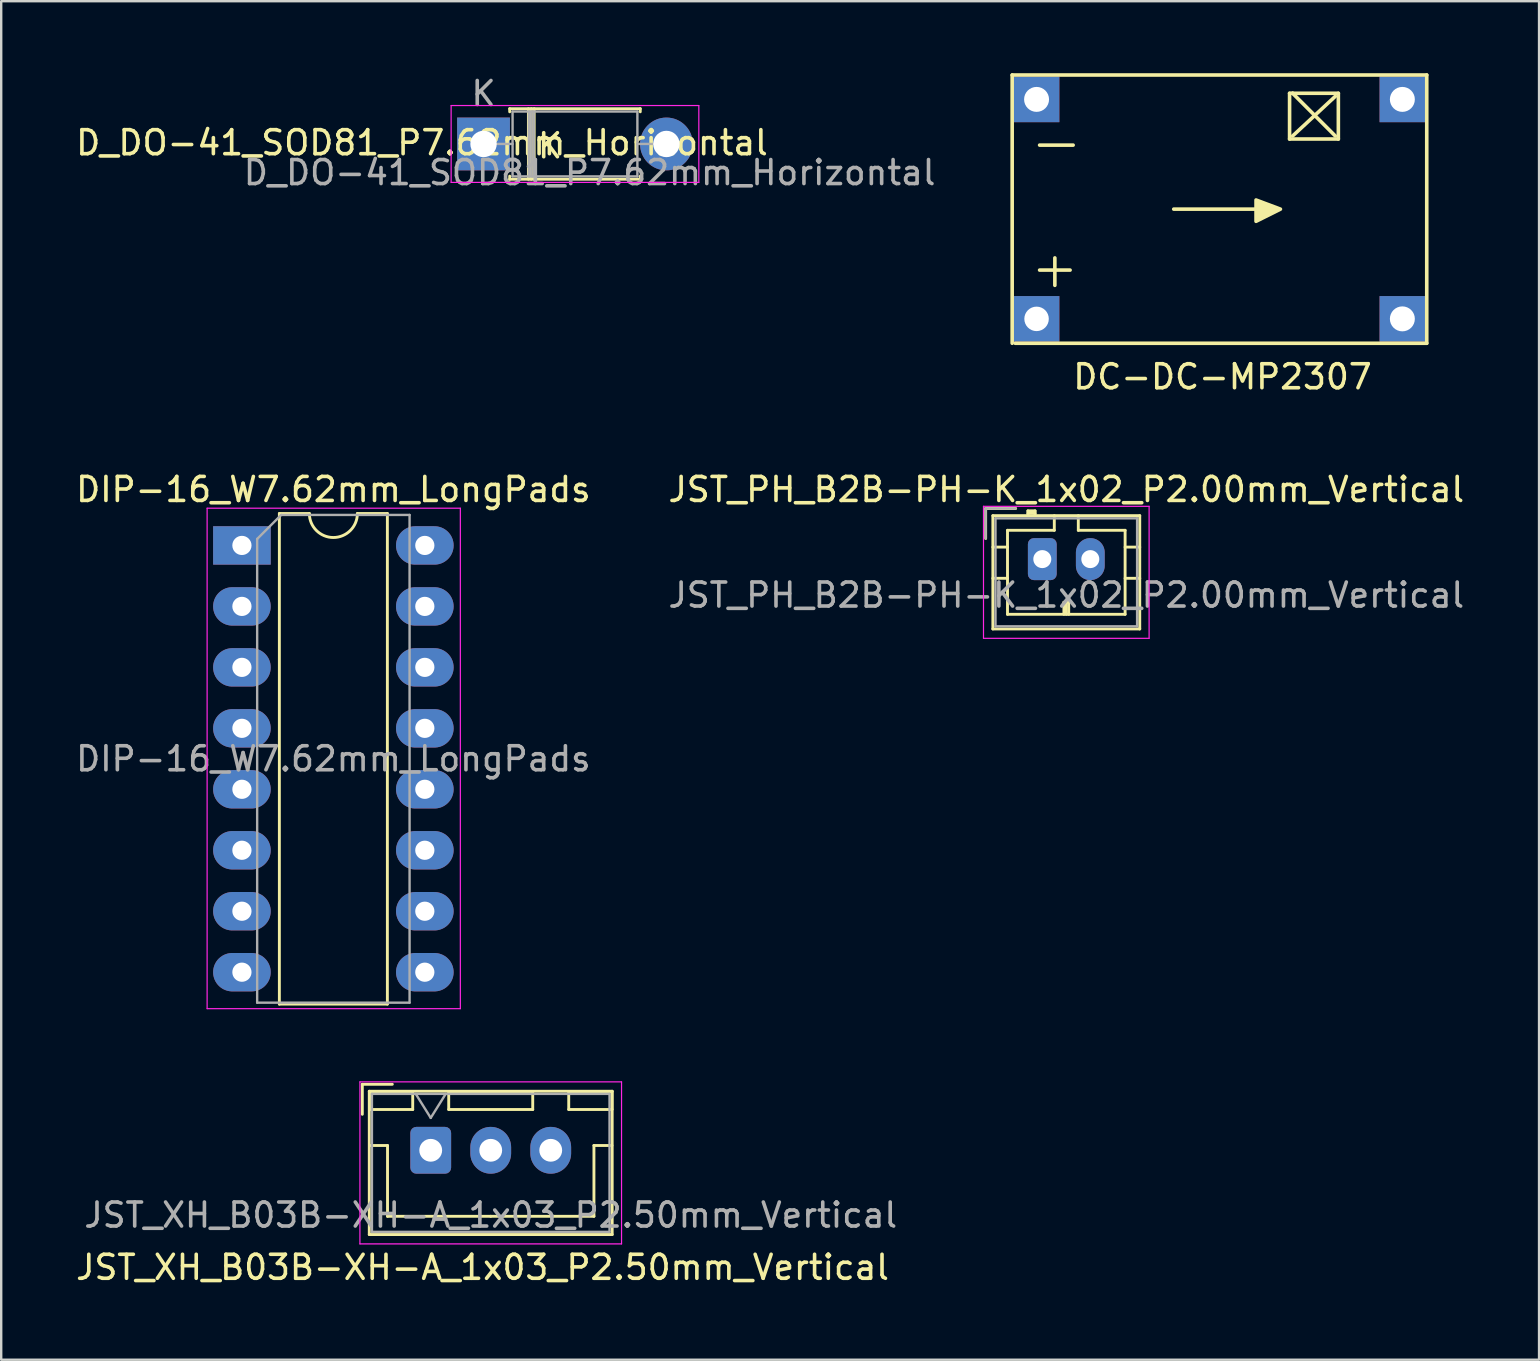
<source format=kicad_pcb>
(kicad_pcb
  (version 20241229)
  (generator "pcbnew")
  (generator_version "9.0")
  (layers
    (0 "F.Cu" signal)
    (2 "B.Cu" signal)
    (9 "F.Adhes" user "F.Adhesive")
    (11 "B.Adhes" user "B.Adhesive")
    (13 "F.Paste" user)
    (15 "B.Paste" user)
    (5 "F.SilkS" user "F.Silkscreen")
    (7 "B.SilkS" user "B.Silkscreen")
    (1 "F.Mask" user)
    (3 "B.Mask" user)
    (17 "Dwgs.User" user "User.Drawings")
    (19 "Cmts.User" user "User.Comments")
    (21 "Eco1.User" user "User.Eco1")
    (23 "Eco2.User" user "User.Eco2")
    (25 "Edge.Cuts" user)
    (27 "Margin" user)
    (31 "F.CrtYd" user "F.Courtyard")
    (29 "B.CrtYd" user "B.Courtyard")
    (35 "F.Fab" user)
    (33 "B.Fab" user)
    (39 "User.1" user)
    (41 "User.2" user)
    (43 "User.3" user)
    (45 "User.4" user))
  (footprint "JST_PH_B2B-PH-K_1x02_P2.00mm_Vertical"
    (layer "F.Cu")
    (at 40.375 20.244)
    (property "Reference" "JST_PH_B2B-PH-K_1x02_P2.00mm_Vertical" (at 1 -2.9 0) (layer "F.SilkS") (effects (font (size 1 1) (thickness 0.15))))
    (attr through_hole)
    (fp_line (start -2.36 -2.11) (end -2.36 -0.86) (stroke (width 0.12) (type solid)) (layer "F.SilkS"))
    (fp_line (start -2.06 -1.81) (end -2.06 2.91) (stroke (width 0.12) (type solid)) (layer "F.SilkS"))
    (fp_line (start -2.06 -0.5) (end -1.45 -0.5) (stroke (width 0.12) (type solid)) (layer "F.SilkS"))
    (fp_line (start -2.06 0.8) (end -1.45 0.8) (stroke (width 0.12) (type solid)) (layer "F.SilkS"))
    (fp_line (start -2.06 2.91) (end 4.06 2.91) (stroke (width 0.12) (type solid)) (layer "F.SilkS"))
    (fp_line (start -1.45 -1.2) (end -1.45 2.3) (stroke (width 0.12) (type solid)) (layer "F.SilkS"))
    (fp_line (start -1.45 2.3) (end 3.45 2.3) (stroke (width 0.12) (type solid)) (layer "F.SilkS"))
    (fp_line (start -1.11 -2.11) (end -2.36 -2.11) (stroke (width 0.12) (type solid)) (layer "F.SilkS"))
    (fp_line (start -0.6 -2.01) (end -0.6 -1.81) (stroke (width 0.12) (type solid)) (layer "F.SilkS"))
    (fp_line (start -0.3 -2.01) (end -0.6 -2.01) (stroke (width 0.12) (type solid)) (layer "F.SilkS"))
    (fp_line (start -0.3 -1.91) (end -0.6 -1.91) (stroke (width 0.12) (type solid)) (layer "F.SilkS"))
    (fp_line (start -0.3 -1.81) (end -0.3 -2.01) (stroke (width 0.12) (type solid)) (layer "F.SilkS"))
    (fp_line (start 0.5 -1.81) (end 0.5 -1.2) (stroke (width 0.12) (type solid)) (layer "F.SilkS"))
    (fp_line (start 0.5 -1.2) (end -1.45 -1.2) (stroke (width 0.12) (type solid)) (layer "F.SilkS"))
    (fp_line (start 0.9 1.8) (end 1.1 1.8) (stroke (width 0.12) (type solid)) (layer "F.SilkS"))
    (fp_line (start 0.9 2.3) (end 0.9 1.8) (stroke (width 0.12) (type solid)) (layer "F.SilkS"))
    (fp_line (start 1 2.3) (end 1 1.8) (stroke (width 0.12) (type solid)) (layer "F.SilkS"))
    (fp_line (start 1.1 1.8) (end 1.1 2.3) (stroke (width 0.12) (type solid)) (layer "F.SilkS"))
    (fp_line (start 1.5 -1.2) (end 1.5 -1.81) (stroke (width 0.12) (type solid)) (layer "F.SilkS"))
    (fp_line (start 3.45 -1.2) (end 1.5 -1.2) (stroke (width 0.12) (type solid)) (layer "F.SilkS"))
    (fp_line (start 3.45 2.3) (end 3.45 -1.2) (stroke (width 0.12) (type solid)) (layer "F.SilkS"))
    (fp_line (start 4.06 -1.81) (end -2.06 -1.81) (stroke (width 0.12) (type solid)) (layer "F.SilkS"))
    (fp_line (start 4.06 -0.5) (end 3.45 -0.5) (stroke (width 0.12) (type solid)) (layer "F.SilkS"))
    (fp_line (start 4.06 0.8) (end 3.45 0.8) (stroke (width 0.12) (type solid)) (layer "F.SilkS"))
    (fp_line (start 4.06 2.91) (end 4.06 -1.81) (stroke (width 0.12) (type solid)) (layer "F.SilkS"))
    (fp_line (start -2.45 -2.2) (end -2.45 3.3) (stroke (width 0.05) (type solid)) (layer "F.CrtYd"))
    (fp_line (start -2.45 3.3) (end 4.45 3.3) (stroke (width 0.05) (type solid)) (layer "F.CrtYd"))
    (fp_line (start 4.45 -2.2) (end -2.45 -2.2) (stroke (width 0.05) (type solid)) (layer "F.CrtYd"))
    (fp_line (start 4.45 3.3) (end 4.45 -2.2) (stroke (width 0.05) (type solid)) (layer "F.CrtYd"))
    (fp_line (start -2.36 -2.11) (end -2.36 -0.86) (stroke (width 0.1) (type solid)) (layer "F.Fab"))
    (fp_line (start -1.95 -1.7) (end -1.95 2.8) (stroke (width 0.1) (type solid)) (layer "F.Fab"))
    (fp_line (start -1.95 2.8) (end 3.95 2.8) (stroke (width 0.1) (type solid)) (layer "F.Fab"))
    (fp_line (start -1.11 -2.11) (end -2.36 -2.11) (stroke (width 0.1) (type solid)) (layer "F.Fab"))
    (fp_line (start 3.95 -1.7) (end -1.95 -1.7) (stroke (width 0.1) (type solid)) (layer "F.Fab"))
    (fp_line (start 3.95 2.8) (end 3.95 -1.7) (stroke (width 0.1) (type solid)) (layer "F.Fab"))
    (fp_text user "${REFERENCE}" (at 1 1.5 0) (layer "F.Fab") (effects (font (size 1 1) (thickness 0.15))))
    (pad "1" thru_hole roundrect (at 0 0) (size 1.2 1.75) (drill 0.75) (layers "*.Cu" "*.Mask") (roundrect_rratio 0.208))
    (pad "2" thru_hole oval (at 2 0) (size 1.2 1.75) (drill 0.75) (layers "*.Cu" "*.Mask")))
  (footprint "JST_XH_B03B-XH-A_1x03_P2.50mm_Vertical"
    (layer "F.Cu")
    (at 14.895 44.874)
    (property "Reference" "JST_XH_B03B-XH-A_1x03_P2.50mm_Vertical" (at 2.159 4.877 0) (layer "F.SilkS") (effects (font (size 1 1) (thickness 0.15))))
    (attr through_hole)
    (fp_line (start -2.85 -2.75) (end -2.85 -1.5) (stroke (width 0.12) (type solid)) (layer "F.SilkS"))
    (fp_line (start -2.56 -2.46) (end -2.56 3.51) (stroke (width 0.12) (type solid)) (layer "F.SilkS"))
    (fp_line (start -2.56 3.51) (end 7.56 3.51) (stroke (width 0.12) (type solid)) (layer "F.SilkS"))
    (fp_line (start -2.55 -2.45) (end -2.55 -1.7) (stroke (width 0.12) (type solid)) (layer "F.SilkS"))
    (fp_line (start -2.55 -1.7) (end -0.75 -1.7) (stroke (width 0.12) (type solid)) (layer "F.SilkS"))
    (fp_line (start -2.55 -0.2) (end -1.8 -0.2) (stroke (width 0.12) (type solid)) (layer "F.SilkS"))
    (fp_line (start -1.8 -0.2) (end -1.8 2.75) (stroke (width 0.12) (type solid)) (layer "F.SilkS"))
    (fp_line (start -1.8 2.75) (end 2.5 2.75) (stroke (width 0.12) (type solid)) (layer "F.SilkS"))
    (fp_line (start -1.6 -2.75) (end -2.85 -2.75) (stroke (width 0.12) (type solid)) (layer "F.SilkS"))
    (fp_line (start -0.75 -2.45) (end -2.55 -2.45) (stroke (width 0.12) (type solid)) (layer "F.SilkS"))
    (fp_line (start -0.75 -1.7) (end -0.75 -2.45) (stroke (width 0.12) (type solid)) (layer "F.SilkS"))
    (fp_line (start 0.75 -2.45) (end 0.75 -1.7) (stroke (width 0.12) (type solid)) (layer "F.SilkS"))
    (fp_line (start 0.75 -1.7) (end 4.25 -1.7) (stroke (width 0.12) (type solid)) (layer "F.SilkS"))
    (fp_line (start 4.25 -2.45) (end 0.75 -2.45) (stroke (width 0.12) (type solid)) (layer "F.SilkS"))
    (fp_line (start 4.25 -1.7) (end 4.25 -2.45) (stroke (width 0.12) (type solid)) (layer "F.SilkS"))
    (fp_line (start 5.75 -2.45) (end 5.75 -1.7) (stroke (width 0.12) (type solid)) (layer "F.SilkS"))
    (fp_line (start 5.75 -1.7) (end 7.55 -1.7) (stroke (width 0.12) (type solid)) (layer "F.SilkS"))
    (fp_line (start 6.8 -0.2) (end 6.8 2.75) (stroke (width 0.12) (type solid)) (layer "F.SilkS"))
    (fp_line (start 6.8 2.75) (end 2.5 2.75) (stroke (width 0.12) (type solid)) (layer "F.SilkS"))
    (fp_line (start 7.55 -2.45) (end 5.75 -2.45) (stroke (width 0.12) (type solid)) (layer "F.SilkS"))
    (fp_line (start 7.55 -1.7) (end 7.55 -2.45) (stroke (width 0.12) (type solid)) (layer "F.SilkS"))
    (fp_line (start 7.55 -0.2) (end 6.8 -0.2) (stroke (width 0.12) (type solid)) (layer "F.SilkS"))
    (fp_line (start 7.56 -2.46) (end -2.56 -2.46) (stroke (width 0.12) (type solid)) (layer "F.SilkS"))
    (fp_line (start 7.56 3.51) (end 7.56 -2.46) (stroke (width 0.12) (type solid)) (layer "F.SilkS"))
    (fp_line (start -2.95 -2.85) (end -2.95 3.9) (stroke (width 0.05) (type solid)) (layer "F.CrtYd"))
    (fp_line (start -2.95 3.9) (end 7.95 3.9) (stroke (width 0.05) (type solid)) (layer "F.CrtYd"))
    (fp_line (start 7.95 -2.85) (end -2.95 -2.85) (stroke (width 0.05) (type solid)) (layer "F.CrtYd"))
    (fp_line (start 7.95 3.9) (end 7.95 -2.85) (stroke (width 0.05) (type solid)) (layer "F.CrtYd"))
    (fp_line (start -2.45 -2.35) (end -2.45 3.4) (stroke (width 0.1) (type solid)) (layer "F.Fab"))
    (fp_line (start -2.45 3.4) (end 7.45 3.4) (stroke (width 0.1) (type solid)) (layer "F.Fab"))
    (fp_line (start -0.625 -2.35) (end 0 -1.35) (stroke (width 0.1) (type solid)) (layer "F.Fab"))
    (fp_line (start 0 -1.35) (end 0.625 -2.35) (stroke (width 0.1) (type solid)) (layer "F.Fab"))
    (fp_line (start 7.45 -2.35) (end -2.45 -2.35) (stroke (width 0.1) (type solid)) (layer "F.Fab"))
    (fp_line (start 7.45 3.4) (end 7.45 -2.35) (stroke (width 0.1) (type solid)) (layer "F.Fab"))
    (fp_text user "${REFERENCE}" (at 2.5 2.7 0) (layer "F.Fab") (effects (font (size 1 1) (thickness 0.15))))
    (pad "1" thru_hole roundrect (at 0 0) (size 1.7 1.95) (drill 0.95) (layers "*.Cu" "*.Mask") (roundrect_rratio 0.147))
    (pad "2" thru_hole oval (at 2.5 0) (size 1.7 1.95) (drill 0.95) (layers "*.Cu" "*.Mask"))
    (pad "3" thru_hole oval (at 5 0) (size 1.7 1.95) (drill 0.95) (layers "*.Cu" "*.Mask")))
  (footprint "DC-DC-MP2307"
    (layer "F.Cu")
    (at 47.883 5.663)
    (property "Reference" "DC-DC-MP2307" (at 0 6.985 0) (layer "F.SilkS") (effects (font (size 1 1) (thickness 0.15))))
    (attr through_hole)
    (fp_line (start -8.763 -5.588) (end -8.763 5.588) (stroke (width 0.15) (type solid)) (layer "F.SilkS"))
    (fp_line (start -8.763 -5.588) (end 8.509 -5.588) (stroke (width 0.15) (type solid)) (layer "F.SilkS"))
    (fp_line (start -7.62 -2.667) (end -6.223 -2.667) (stroke (width 0.15) (type solid)) (layer "F.SilkS"))
    (fp_line (start -7.62 2.54) (end -6.35 2.54) (stroke (width 0.15) (type solid)) (layer "F.SilkS"))
    (fp_line (start -6.985 2.032) (end -6.985 3.175) (stroke (width 0.15) (type solid)) (layer "F.SilkS"))
    (fp_line (start -2.032 0) (end 1.905 0) (stroke (width 0.15) (type solid)) (layer "F.SilkS"))
    (fp_line (start 2.794 -4.826) (end 2.794 -2.921) (stroke (width 0.15) (type solid)) (layer "F.SilkS"))
    (fp_line (start 2.794 -2.921) (end 4.826 -2.921) (stroke (width 0.15) (type solid)) (layer "F.SilkS"))
    (fp_line (start 2.921 -4.826) (end 2.794 -4.826) (stroke (width 0.15) (type solid)) (layer "F.SilkS"))
    (fp_line (start 2.921 -4.826) (end 4.699 -3.048) (stroke (width 0.15) (type solid)) (layer "F.SilkS"))
    (fp_line (start 4.699 -4.699) (end 2.921 -3.048) (stroke (width 0.15) (type solid)) (layer "F.SilkS"))
    (fp_line (start 4.826 -4.826) (end 2.921 -4.826) (stroke (width 0.15) (type solid)) (layer "F.SilkS"))
    (fp_line (start 4.826 -2.921) (end 4.826 -4.826) (stroke (width 0.15) (type solid)) (layer "F.SilkS"))
    (fp_line (start 8.509 -5.588) (end 8.509 5.588) (stroke (width 0.15) (type solid)) (layer "F.SilkS"))
    (fp_line (start 8.509 5.588) (end -8.636 5.588) (stroke (width 0.15) (type solid)) (layer "F.SilkS"))
    (fp_poly (pts (xy 1.397 -0.381) (xy 1.397 0.508) (xy 2.413 0)) (stroke (width 0.15) (type solid)) (fill yes) (layer "F.SilkS"))
    (pad "1" thru_hole rect (at -7.747 4.572) (size 1.9 1.9) (drill 1.02) (layers "*.Cu" "*.Mask"))
    (pad "2" thru_hole rect (at -7.747 -4.572) (size 1.9 1.9) (drill 1.04) (layers "*.Cu" "*.Mask"))
    (pad "3" thru_hole rect (at 7.493 4.572) (size 1.9 1.9) (drill 1.04) (layers "*.Cu" "*.Mask"))
    (pad "4" thru_hole rect (at 7.493 -4.572) (size 1.9 1.9) (drill 1.04) (layers "*.Cu" "*.Mask")))
  (footprint "D_DO-41_SOD81_P7.62mm_Horizontal"
    (layer "F.Cu")
    (at 17.095 2.948)
    (property "Reference" "D_DO-41_SOD81_P7.62mm_Horizontal" (at -2.565 -0.051 0) (layer "F.SilkS") (effects (font (size 1 1) (thickness 0.15))))
    (attr through_hole)
    (fp_line (start 1.09 -1.47) (end 6.53 -1.47) (stroke (width 0.12) (type solid)) (layer "F.SilkS"))
    (fp_line (start 1.09 -1.34) (end 1.09 -1.47) (stroke (width 0.12) (type solid)) (layer "F.SilkS"))
    (fp_line (start 1.09 1.34) (end 1.09 1.47) (stroke (width 0.12) (type solid)) (layer "F.SilkS"))
    (fp_line (start 1.09 1.47) (end 6.53 1.47) (stroke (width 0.12) (type solid)) (layer "F.SilkS"))
    (fp_line (start 1.87 -1.47) (end 1.87 1.47) (stroke (width 0.12) (type solid)) (layer "F.SilkS"))
    (fp_line (start 1.99 -1.47) (end 1.99 1.47) (stroke (width 0.12) (type solid)) (layer "F.SilkS"))
    (fp_line (start 2.11 -1.47) (end 2.11 1.47) (stroke (width 0.12) (type solid)) (layer "F.SilkS"))
    (fp_line (start 6.53 -1.47) (end 6.53 -1.34) (stroke (width 0.12) (type solid)) (layer "F.SilkS"))
    (fp_line (start 6.53 1.47) (end 6.53 1.34) (stroke (width 0.12) (type solid)) (layer "F.SilkS"))
    (fp_line (start -1.35 -1.6) (end -1.35 1.6) (stroke (width 0.05) (type solid)) (layer "F.CrtYd"))
    (fp_line (start -1.35 1.6) (end 8.97 1.6) (stroke (width 0.05) (type solid)) (layer "F.CrtYd"))
    (fp_line (start 8.97 -1.6) (end -1.35 -1.6) (stroke (width 0.05) (type solid)) (layer "F.CrtYd"))
    (fp_line (start 8.97 1.6) (end 8.97 -1.6) (stroke (width 0.05) (type solid)) (layer "F.CrtYd"))
    (fp_line (start 0 0) (end 1.21 0) (stroke (width 0.1) (type solid)) (layer "F.Fab"))
    (fp_line (start 1.21 -1.35) (end 1.21 1.35) (stroke (width 0.1) (type solid)) (layer "F.Fab"))
    (fp_line (start 1.21 1.35) (end 6.41 1.35) (stroke (width 0.1) (type solid)) (layer "F.Fab"))
    (fp_line (start 1.89 -1.35) (end 1.89 1.35) (stroke (width 0.1) (type solid)) (layer "F.Fab"))
    (fp_line (start 1.99 -1.35) (end 1.99 1.35) (stroke (width 0.1) (type solid)) (layer "F.Fab"))
    (fp_line (start 2.09 -1.35) (end 2.09 1.35) (stroke (width 0.1) (type solid)) (layer "F.Fab"))
    (fp_line (start 6.41 -1.35) (end 1.21 -1.35) (stroke (width 0.1) (type solid)) (layer "F.Fab"))
    (fp_line (start 6.41 1.35) (end 6.41 -1.35) (stroke (width 0.1) (type solid)) (layer "F.Fab"))
    (fp_line (start 7.62 0) (end 6.41 0) (stroke (width 0.1) (type solid)) (layer "F.Fab"))
    (fp_text user "K" (at 2.769 0.076 0) (layer "F.SilkS") (effects (font (size 1 1) (thickness 0.15))))
    (fp_text user "K" (at 0 -2.1 0) (layer "F.Fab") (effects (font (size 1 1) (thickness 0.15))))
    (fp_text user "${REFERENCE}" (at 4.42 1.194 0) (layer "F.Fab") (effects (font (size 1 1) (thickness 0.15))))
    (pad "1" thru_hole rect (at 0 0) (size 2.2 2.2) (drill 1.1) (layers "*.Cu" "*.Mask"))
    (pad "2" thru_hole oval (at 7.62 0) (size 2.2 2.2) (drill 1.1) (layers "*.Cu" "*.Mask")))
  (footprint "DIP-16_W7.62mm_LongPads"
    (layer "F.Cu")
    (at 7.029 19.674)
    (property "Reference" "DIP-16_W7.62mm_LongPads" (at 3.81 -2.33 0) (layer "F.SilkS") (effects (font (size 1 1) (thickness 0.15))))
    (attr through_hole)
    (fp_line (start 1.56 -1.33) (end 1.56 19.11) (stroke (width 0.12) (type solid)) (layer "F.SilkS"))
    (fp_line (start 1.56 19.11) (end 6.06 19.11) (stroke (width 0.12) (type solid)) (layer "F.SilkS"))
    (fp_line (start 2.81 -1.33) (end 1.56 -1.33) (stroke (width 0.12) (type solid)) (layer "F.SilkS"))
    (fp_line (start 6.06 -1.33) (end 4.81 -1.33) (stroke (width 0.12) (type solid)) (layer "F.SilkS"))
    (fp_line (start 6.06 19.11) (end 6.06 -1.33) (stroke (width 0.12) (type solid)) (layer "F.SilkS"))
    (fp_arc (start 4.81 -1.33) (mid 3.81 -0.33) (end 2.81 -1.33) (stroke (width 0.12) (type solid)) (layer "F.SilkS"))
    (fp_line (start -1.45 -1.55) (end -1.45 19.3) (stroke (width 0.05) (type solid)) (layer "F.CrtYd"))
    (fp_line (start -1.45 19.3) (end 9.1 19.3) (stroke (width 0.05) (type solid)) (layer "F.CrtYd"))
    (fp_line (start 9.1 -1.55) (end -1.45 -1.55) (stroke (width 0.05) (type solid)) (layer "F.CrtYd"))
    (fp_line (start 9.1 19.3) (end 9.1 -1.55) (stroke (width 0.05) (type solid)) (layer "F.CrtYd"))
    (fp_line (start 0.635 -0.27) (end 1.635 -1.27) (stroke (width 0.1) (type solid)) (layer "F.Fab"))
    (fp_line (start 0.635 19.05) (end 0.635 -0.27) (stroke (width 0.1) (type solid)) (layer "F.Fab"))
    (fp_line (start 1.635 -1.27) (end 6.985 -1.27) (stroke (width 0.1) (type solid)) (layer "F.Fab"))
    (fp_line (start 6.985 -1.27) (end 6.985 19.05) (stroke (width 0.1) (type solid)) (layer "F.Fab"))
    (fp_line (start 6.985 19.05) (end 0.635 19.05) (stroke (width 0.1) (type solid)) (layer "F.Fab"))
    (fp_text user "${REFERENCE}" (at 3.81 8.89 0) (layer "F.Fab") (effects (font (size 1 1) (thickness 0.15))))
    (pad "1" thru_hole rect (at 0 0) (size 2.4 1.6) (drill 0.8) (layers "*.Cu" "*.Mask"))
    (pad "2" thru_hole oval (at 0 2.54) (size 2.4 1.6) (drill 0.8) (layers "*.Cu" "*.Mask"))
    (pad "3" thru_hole oval (at 0 5.08) (size 2.4 1.6) (drill 0.8) (layers "*.Cu" "*.Mask"))
    (pad "4" thru_hole oval (at 0 7.62) (size 2.4 1.6) (drill 0.8) (layers "*.Cu" "*.Mask"))
    (pad "5" thru_hole oval (at 0 10.16) (size 2.4 1.6) (drill 0.8) (layers "*.Cu" "*.Mask"))
    (pad "6" thru_hole oval (at 0 12.7) (size 2.4 1.6) (drill 0.8) (layers "*.Cu" "*.Mask"))
    (pad "7" thru_hole oval (at 0 15.24) (size 2.4 1.6) (drill 0.8) (layers "*.Cu" "*.Mask"))
    (pad "8" thru_hole oval (at 0 17.78) (size 2.4 1.6) (drill 0.8) (layers "*.Cu" "*.Mask"))
    (pad "9" thru_hole oval (at 7.62 17.78) (size 2.4 1.6) (drill 0.8) (layers "*.Cu" "*.Mask"))
    (pad "10" thru_hole oval (at 7.62 15.24) (size 2.4 1.6) (drill 0.8) (layers "*.Cu" "*.Mask"))
    (pad "11" thru_hole oval (at 7.62 12.7) (size 2.4 1.6) (drill 0.8) (layers "*.Cu" "*.Mask"))
    (pad "12" thru_hole oval (at 7.62 10.16) (size 2.4 1.6) (drill 0.8) (layers "*.Cu" "*.Mask"))
    (pad "13" thru_hole oval (at 7.62 7.62) (size 2.4 1.6) (drill 0.8) (layers "*.Cu" "*.Mask"))
    (pad "14" thru_hole oval (at 7.62 5.08) (size 2.4 1.6) (drill 0.8) (layers "*.Cu" "*.Mask"))
    (pad "15" thru_hole oval (at 7.62 2.54) (size 2.4 1.6) (drill 0.8) (layers "*.Cu" "*.Mask"))
    (pad "16" thru_hole oval (at 7.62 0) (size 2.4 1.6) (drill 0.8) (layers "*.Cu" "*.Mask")))
  (gr_rect
    (start -3 -3)
    (end 61.071 53.6)
    (stroke (width 0.1) (type default))
    (fill no)
    (layer "Edge.Cuts")))
</source>
